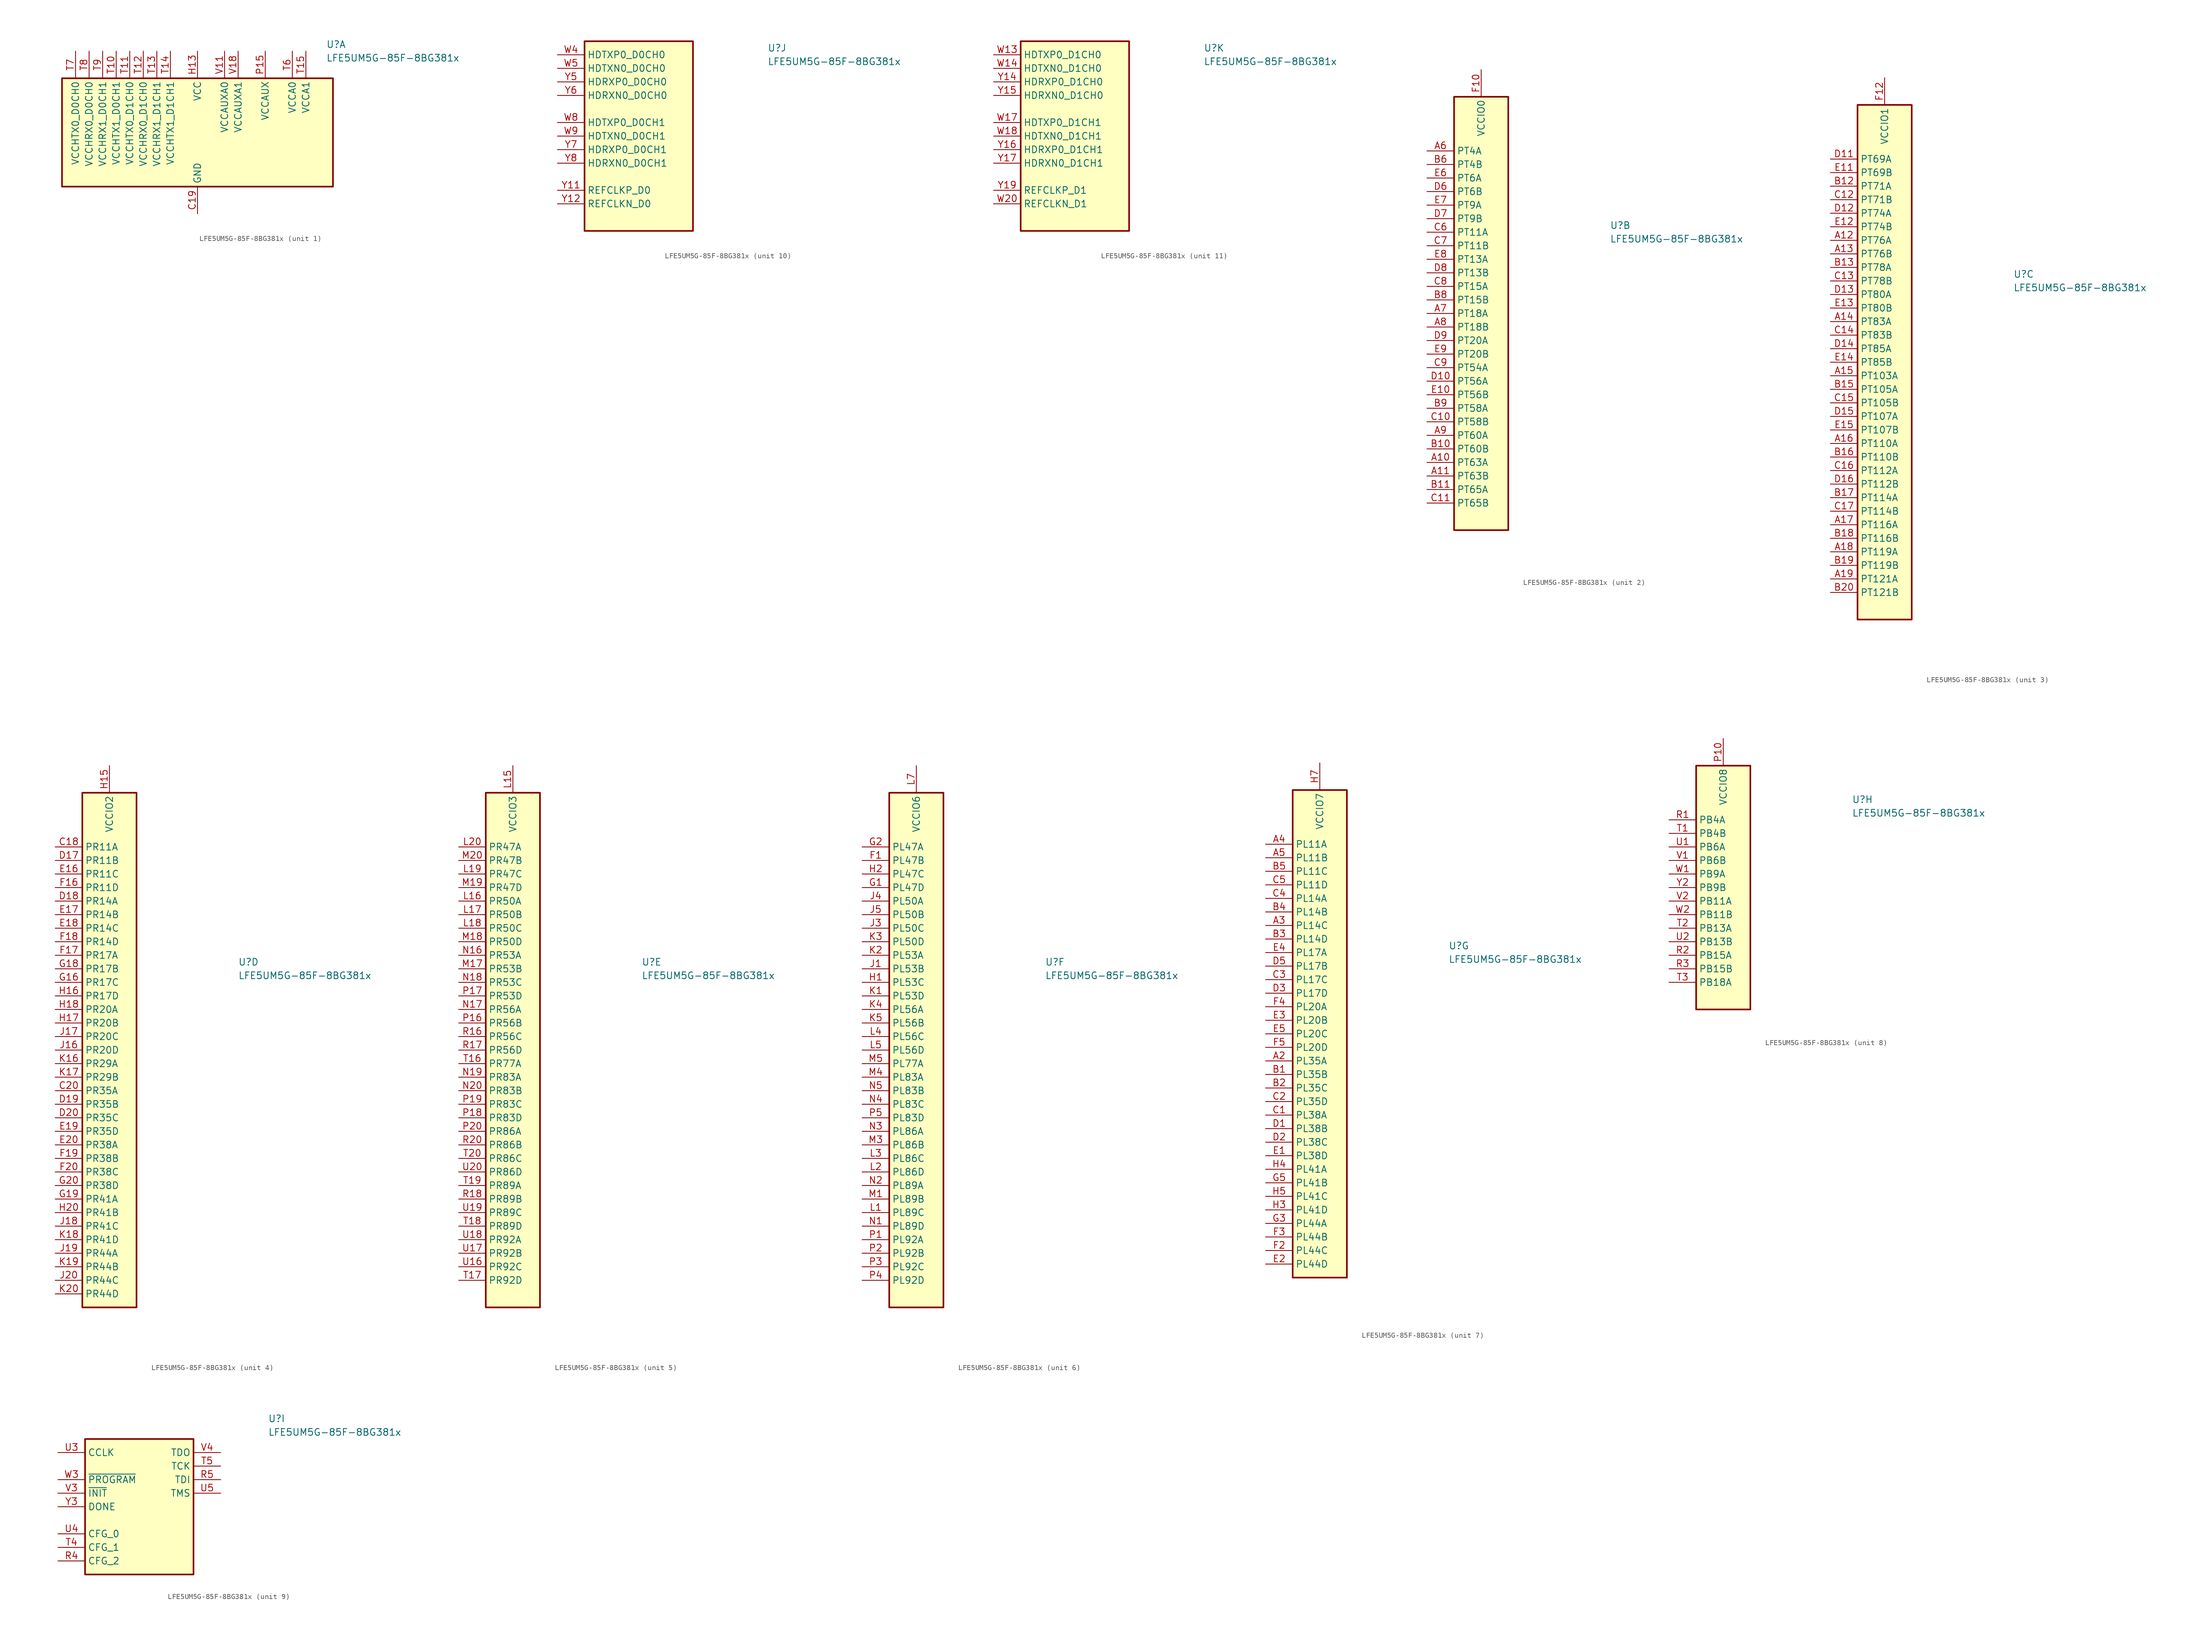
<source format=kicad_sym>
(kicad_symbol_lib
  (version 20201005)
  (generator kicad_symbol_editor)
  (symbol "LFE5UM5G-85F-8BG381x"
    (property "Reference" "U"
      (at 24.13 16.51 0)
      (effects (font (size 1.27 1.27)) (justify left)))
    (property "Value" "LFE5UM5G-85F-8BG381x"
      (at 24.13 13.97 0)
      (effects (font (size 1.27 1.27)) (justify left)))
    (property "ki_locked" ""
      (at 0 0 0)
      (effects (font (size 1.27 1.27))))
    (symbol "LFE5UM5G-85F-8BG381x_1_1"
      (rectangle (start -25.4 10.16) (end 25.4 -10.16) (stroke (width 0.305)) (fill (type background)))
      (pin passive line (at 0 -15.24 90) (length 5.08) hide (name "GND" (effects (font (size 1.27 1.27)))) (number "B14" (effects (font (size 1.27 1.27)))))
      (pin passive line (at 0 -15.24 90) (length 5.08) hide (name "GND" (effects (font (size 1.27 1.27)))) (number "B7" (effects (font (size 1.27 1.27)))))
      (pin power_in line (at 0 -15.24 90) (length 5.08) (name "GND" (effects (font (size 1.27 1.27)))) (number "C19" (effects (font (size 1.27 1.27)))))
      (pin passive line (at 0 -15.24 90) (length 5.08) hide (name "GND" (effects (font (size 1.27 1.27)))) (number "D4" (effects (font (size 1.27 1.27)))))
      (pin passive line (at 0 -15.24 90) (length 5.08) hide (name "GND" (effects (font (size 1.27 1.27)))) (number "F13" (effects (font (size 1.27 1.27)))))
      (pin passive line (at 0 -15.24 90) (length 5.08) hide (name "GND" (effects (font (size 1.27 1.27)))) (number "F14" (effects (font (size 1.27 1.27)))))
      (pin passive line (at 12.7 15.24 270) (length 5.08) hide (name "VCCAUX" (effects (font (size 1.27 1.27)))) (number "F15" (effects (font (size 1.27 1.27)))))
      (pin passive line (at 12.7 15.24 270) (length 5.08) hide (name "VCCAUX" (effects (font (size 1.27 1.27)))) (number "F6" (effects (font (size 1.27 1.27)))))
      (pin passive line (at 0 -15.24 90) (length 5.08) hide (name "GND" (effects (font (size 1.27 1.27)))) (number "F7" (effects (font (size 1.27 1.27)))))
      (pin passive line (at 0 -15.24 90) (length 5.08) hide (name "GND" (effects (font (size 1.27 1.27)))) (number "F8" (effects (font (size 1.27 1.27)))))
      (pin passive line (at 0 -15.24 90) (length 5.08) hide (name "GND" (effects (font (size 1.27 1.27)))) (number "G10" (effects (font (size 1.27 1.27)))))
      (pin passive line (at 0 -15.24 90) (length 5.08) hide (name "GND" (effects (font (size 1.27 1.27)))) (number "G11" (effects (font (size 1.27 1.27)))))
      (pin passive line (at 0 -15.24 90) (length 5.08) hide (name "GND" (effects (font (size 1.27 1.27)))) (number "G12" (effects (font (size 1.27 1.27)))))
      (pin passive line (at 0 -15.24 90) (length 5.08) hide (name "GND" (effects (font (size 1.27 1.27)))) (number "G13" (effects (font (size 1.27 1.27)))))
      (pin passive line (at 0 -15.24 90) (length 5.08) hide (name "GND" (effects (font (size 1.27 1.27)))) (number "G14" (effects (font (size 1.27 1.27)))))
      (pin passive line (at 0 -15.24 90) (length 5.08) hide (name "GND" (effects (font (size 1.27 1.27)))) (number "G15" (effects (font (size 1.27 1.27)))))
      (pin passive line (at 0 -15.24 90) (length 5.08) hide (name "GND" (effects (font (size 1.27 1.27)))) (number "G17" (effects (font (size 1.27 1.27)))))
      (pin passive line (at 0 -15.24 90) (length 5.08) hide (name "GND" (effects (font (size 1.27 1.27)))) (number "G4" (effects (font (size 1.27 1.27)))))
      (pin passive line (at 0 -15.24 90) (length 5.08) hide (name "GND" (effects (font (size 1.27 1.27)))) (number "G6" (effects (font (size 1.27 1.27)))))
      (pin passive line (at 0 -15.24 90) (length 5.08) hide (name "GND" (effects (font (size 1.27 1.27)))) (number "G7" (effects (font (size 1.27 1.27)))))
      (pin passive line (at 0 -15.24 90) (length 5.08) hide (name "GND" (effects (font (size 1.27 1.27)))) (number "G8" (effects (font (size 1.27 1.27)))))
      (pin passive line (at 0 -15.24 90) (length 5.08) hide (name "GND" (effects (font (size 1.27 1.27)))) (number "G9" (effects (font (size 1.27 1.27)))))
      (pin passive line (at 0 15.24 270) (length 5.08) hide (name "VCC" (effects (font (size 1.27 1.27)))) (number "H10" (effects (font (size 1.27 1.27)))))
      (pin passive line (at 0 15.24 270) (length 5.08) hide (name "VCC" (effects (font (size 1.27 1.27)))) (number "H11" (effects (font (size 1.27 1.27)))))
      (pin passive line (at 0 15.24 270) (length 5.08) hide (name "VCC" (effects (font (size 1.27 1.27)))) (number "H12" (effects (font (size 1.27 1.27)))))
      (pin power_in line (at 0 15.24 270) (length 5.08) (name "VCC" (effects (font (size 1.27 1.27)))) (number "H13" (effects (font (size 1.27 1.27)))))
      (pin passive line (at 0 -15.24 90) (length 5.08) hide (name "GND" (effects (font (size 1.27 1.27)))) (number "H19" (effects (font (size 1.27 1.27)))))
      (pin passive line (at 0 15.24 270) (length 5.08) hide (name "VCC" (effects (font (size 1.27 1.27)))) (number "H8" (effects (font (size 1.27 1.27)))))
      (pin passive line (at 0 15.24 270) (length 5.08) hide (name "VCC" (effects (font (size 1.27 1.27)))) (number "H9" (effects (font (size 1.27 1.27)))))
      (pin passive line (at 0 -15.24 90) (length 5.08) hide (name "GND" (effects (font (size 1.27 1.27)))) (number "J10" (effects (font (size 1.27 1.27)))))
      (pin passive line (at 0 -15.24 90) (length 5.08) hide (name "GND" (effects (font (size 1.27 1.27)))) (number "J11" (effects (font (size 1.27 1.27)))))
      (pin passive line (at 0 -15.24 90) (length 5.08) hide (name "GND" (effects (font (size 1.27 1.27)))) (number "J12" (effects (font (size 1.27 1.27)))))
      (pin passive line (at 0 15.24 270) (length 5.08) hide (name "VCC" (effects (font (size 1.27 1.27)))) (number "J13" (effects (font (size 1.27 1.27)))))
      (pin passive line (at 0 -15.24 90) (length 5.08) hide (name "GND" (effects (font (size 1.27 1.27)))) (number "J14" (effects (font (size 1.27 1.27)))))
      (pin passive line (at 0 -15.24 90) (length 5.08) hide (name "GND" (effects (font (size 1.27 1.27)))) (number "J2" (effects (font (size 1.27 1.27)))))
      (pin passive line (at 0 -15.24 90) (length 5.08) hide (name "GND" (effects (font (size 1.27 1.27)))) (number "J7" (effects (font (size 1.27 1.27)))))
      (pin passive line (at 0 15.24 270) (length 5.08) hide (name "VCC" (effects (font (size 1.27 1.27)))) (number "J8" (effects (font (size 1.27 1.27)))))
      (pin passive line (at 0 -15.24 90) (length 5.08) hide (name "GND" (effects (font (size 1.27 1.27)))) (number "J9" (effects (font (size 1.27 1.27)))))
      (pin passive line (at 0 -15.24 90) (length 5.08) hide (name "GND" (effects (font (size 1.27 1.27)))) (number "K10" (effects (font (size 1.27 1.27)))))
      (pin passive line (at 0 -15.24 90) (length 5.08) hide (name "GND" (effects (font (size 1.27 1.27)))) (number "K11" (effects (font (size 1.27 1.27)))))
      (pin passive line (at 0 -15.24 90) (length 5.08) hide (name "GND" (effects (font (size 1.27 1.27)))) (number "K12" (effects (font (size 1.27 1.27)))))
      (pin passive line (at 0 15.24 270) (length 5.08) hide (name "VCC" (effects (font (size 1.27 1.27)))) (number "K13" (effects (font (size 1.27 1.27)))))
      (pin passive line (at 0 -15.24 90) (length 5.08) hide (name "GND" (effects (font (size 1.27 1.27)))) (number "K14" (effects (font (size 1.27 1.27)))))
      (pin passive line (at 0 -15.24 90) (length 5.08) hide (name "GND" (effects (font (size 1.27 1.27)))) (number "K15" (effects (font (size 1.27 1.27)))))
      (pin passive line (at 0 -15.24 90) (length 5.08) hide (name "GND" (effects (font (size 1.27 1.27)))) (number "K6" (effects (font (size 1.27 1.27)))))
      (pin passive line (at 0 -15.24 90) (length 5.08) hide (name "GND" (effects (font (size 1.27 1.27)))) (number "K7" (effects (font (size 1.27 1.27)))))
      (pin passive line (at 0 15.24 270) (length 5.08) hide (name "VCC" (effects (font (size 1.27 1.27)))) (number "K8" (effects (font (size 1.27 1.27)))))
      (pin passive line (at 0 -15.24 90) (length 5.08) hide (name "GND" (effects (font (size 1.27 1.27)))) (number "K9" (effects (font (size 1.27 1.27)))))
      (pin passive line (at 0 -15.24 90) (length 5.08) hide (name "GND" (effects (font (size 1.27 1.27)))) (number "L10" (effects (font (size 1.27 1.27)))))
      (pin passive line (at 0 -15.24 90) (length 5.08) hide (name "GND" (effects (font (size 1.27 1.27)))) (number "L11" (effects (font (size 1.27 1.27)))))
      (pin passive line (at 0 -15.24 90) (length 5.08) hide (name "GND" (effects (font (size 1.27 1.27)))) (number "L12" (effects (font (size 1.27 1.27)))))
      (pin passive line (at 0 15.24 270) (length 5.08) hide (name "VCC" (effects (font (size 1.27 1.27)))) (number "L13" (effects (font (size 1.27 1.27)))))
      (pin passive line (at 0 15.24 270) (length 5.08) hide (name "VCC" (effects (font (size 1.27 1.27)))) (number "L8" (effects (font (size 1.27 1.27)))))
      (pin passive line (at 0 -15.24 90) (length 5.08) hide (name "GND" (effects (font (size 1.27 1.27)))) (number "L9" (effects (font (size 1.27 1.27)))))
      (pin passive line (at 0 -15.24 90) (length 5.08) hide (name "GND" (effects (font (size 1.27 1.27)))) (number "M10" (effects (font (size 1.27 1.27)))))
      (pin passive line (at 0 -15.24 90) (length 5.08) hide (name "GND" (effects (font (size 1.27 1.27)))) (number "M11" (effects (font (size 1.27 1.27)))))
      (pin passive line (at 0 -15.24 90) (length 5.08) hide (name "GND" (effects (font (size 1.27 1.27)))) (number "M12" (effects (font (size 1.27 1.27)))))
      (pin passive line (at 0 15.24 270) (length 5.08) hide (name "VCC" (effects (font (size 1.27 1.27)))) (number "M13" (effects (font (size 1.27 1.27)))))
      (pin passive line (at 0 -15.24 90) (length 5.08) hide (name "GND" (effects (font (size 1.27 1.27)))) (number "M14" (effects (font (size 1.27 1.27)))))
      (pin passive line (at 0 -15.24 90) (length 5.08) hide (name "GND" (effects (font (size 1.27 1.27)))) (number "M16" (effects (font (size 1.27 1.27)))))
      (pin passive line (at 0 -15.24 90) (length 5.08) hide (name "GND" (effects (font (size 1.27 1.27)))) (number "M2" (effects (font (size 1.27 1.27)))))
      (pin passive line (at 0 -15.24 90) (length 5.08) hide (name "GND" (effects (font (size 1.27 1.27)))) (number "M7" (effects (font (size 1.27 1.27)))))
      (pin passive line (at 0 15.24 270) (length 5.08) hide (name "VCC" (effects (font (size 1.27 1.27)))) (number "M8" (effects (font (size 1.27 1.27)))))
      (pin passive line (at 0 -15.24 90) (length 5.08) hide (name "GND" (effects (font (size 1.27 1.27)))) (number "M9" (effects (font (size 1.27 1.27)))))
      (pin passive line (at 0 15.24 270) (length 5.08) hide (name "VCC" (effects (font (size 1.27 1.27)))) (number "N10" (effects (font (size 1.27 1.27)))))
      (pin passive line (at 0 15.24 270) (length 5.08) hide (name "VCC" (effects (font (size 1.27 1.27)))) (number "N11" (effects (font (size 1.27 1.27)))))
      (pin passive line (at 0 15.24 270) (length 5.08) hide (name "VCC" (effects (font (size 1.27 1.27)))) (number "N12" (effects (font (size 1.27 1.27)))))
      (pin passive line (at 0 15.24 270) (length 5.08) hide (name "VCC" (effects (font (size 1.27 1.27)))) (number "N13" (effects (font (size 1.27 1.27)))))
      (pin passive line (at 0 -15.24 90) (length 5.08) hide (name "GND" (effects (font (size 1.27 1.27)))) (number "N14" (effects (font (size 1.27 1.27)))))
      (pin passive line (at 0 -15.24 90) (length 5.08) hide (name "GND" (effects (font (size 1.27 1.27)))) (number "N15" (effects (font (size 1.27 1.27)))))
      (pin passive line (at 0 -15.24 90) (length 5.08) hide (name "GND" (effects (font (size 1.27 1.27)))) (number "N6" (effects (font (size 1.27 1.27)))))
      (pin passive line (at 0 -15.24 90) (length 5.08) hide (name "GND" (effects (font (size 1.27 1.27)))) (number "N7" (effects (font (size 1.27 1.27)))))
      (pin passive line (at 0 15.24 270) (length 5.08) hide (name "VCC" (effects (font (size 1.27 1.27)))) (number "N8" (effects (font (size 1.27 1.27)))))
      (pin passive line (at 0 15.24 270) (length 5.08) hide (name "VCC" (effects (font (size 1.27 1.27)))) (number "N9" (effects (font (size 1.27 1.27)))))
      (pin passive line (at 0 -15.24 90) (length 5.08) hide (name "GND" (effects (font (size 1.27 1.27)))) (number "P11" (effects (font (size 1.27 1.27)))))
      (pin passive line (at 0 -15.24 90) (length 5.08) hide (name "GND" (effects (font (size 1.27 1.27)))) (number "P12" (effects (font (size 1.27 1.27)))))
      (pin passive line (at 0 -15.24 90) (length 5.08) hide (name "GND" (effects (font (size 1.27 1.27)))) (number "P13" (effects (font (size 1.27 1.27)))))
      (pin passive line (at 0 -15.24 90) (length 5.08) hide (name "GND" (effects (font (size 1.27 1.27)))) (number "P14" (effects (font (size 1.27 1.27)))))
      (pin power_in line (at 12.7 15.24 270) (length 5.08) (name "VCCAUX" (effects (font (size 1.27 1.27)))) (number "P15" (effects (font (size 1.27 1.27)))))
      (pin passive line (at 12.7 15.24 270) (length 5.08) hide (name "VCCAUX" (effects (font (size 1.27 1.27)))) (number "P6" (effects (font (size 1.27 1.27)))))
      (pin passive line (at 0 -15.24 90) (length 5.08) hide (name "GND" (effects (font (size 1.27 1.27)))) (number "P7" (effects (font (size 1.27 1.27)))))
      (pin passive line (at 0 -15.24 90) (length 5.08) hide (name "GND" (effects (font (size 1.27 1.27)))) (number "P8" (effects (font (size 1.27 1.27)))))
      (pin passive line (at 0 -15.24 90) (length 5.08) hide (name "GND" (effects (font (size 1.27 1.27)))) (number "R19" (effects (font (size 1.27 1.27)))))
      (pin power_in line (at -15.24 15.24 270) (length 5.08) (name "VCCHTX1_D0CH1" (effects (font (size 1.27 1.27)))) (number "T10" (effects (font (size 1.27 1.27)))))
      (pin power_in line (at -12.7 15.24 270) (length 5.08) (name "VCCHTX0_D1CH0" (effects (font (size 1.27 1.27)))) (number "T11" (effects (font (size 1.27 1.27)))))
      (pin power_in line (at -10.16 15.24 270) (length 5.08) (name "VCCHRX0_D1CH0" (effects (font (size 1.27 1.27)))) (number "T12" (effects (font (size 1.27 1.27)))))
      (pin power_in line (at -7.62 15.24 270) (length 5.08) (name "VCCHRX1_D1CH1" (effects (font (size 1.27 1.27)))) (number "T13" (effects (font (size 1.27 1.27)))))
      (pin power_in line (at -5.08 15.24 270) (length 5.08) (name "VCCHTX1_D1CH1" (effects (font (size 1.27 1.27)))) (number "T14" (effects (font (size 1.27 1.27)))))
      (pin power_in line (at 20.32 15.24 270) (length 5.08) (name "VCCA1" (effects (font (size 1.27 1.27)))) (number "T15" (effects (font (size 1.27 1.27)))))
      (pin power_in line (at 17.78 15.24 270) (length 5.08) (name "VCCA0" (effects (font (size 1.27 1.27)))) (number "T6" (effects (font (size 1.27 1.27)))))
      (pin power_in line (at -22.86 15.24 270) (length 5.08) (name "VCCHTX0_D0CH0" (effects (font (size 1.27 1.27)))) (number "T7" (effects (font (size 1.27 1.27)))))
      (pin power_in line (at -20.32 15.24 270) (length 5.08) (name "VCCHRX0_D0CH0" (effects (font (size 1.27 1.27)))) (number "T8" (effects (font (size 1.27 1.27)))))
      (pin power_in line (at -17.78 15.24 270) (length 5.08) (name "VCCHRX1_D0CH1" (effects (font (size 1.27 1.27)))) (number "T9" (effects (font (size 1.27 1.27)))))
      (pin passive line (at 0 -15.24 90) (length 5.08) hide (name "GND" (effects (font (size 1.27 1.27)))) (number "U10" (effects (font (size 1.27 1.27)))))
      (pin passive line (at 0 -15.24 90) (length 5.08) hide (name "GND" (effects (font (size 1.27 1.27)))) (number "U11" (effects (font (size 1.27 1.27)))))
      (pin passive line (at 0 -15.24 90) (length 5.08) hide (name "GND" (effects (font (size 1.27 1.27)))) (number "U12" (effects (font (size 1.27 1.27)))))
      (pin passive line (at 0 -15.24 90) (length 5.08) hide (name "GND" (effects (font (size 1.27 1.27)))) (number "U13" (effects (font (size 1.27 1.27)))))
      (pin passive line (at 0 -15.24 90) (length 5.08) hide (name "GND" (effects (font (size 1.27 1.27)))) (number "U14" (effects (font (size 1.27 1.27)))))
      (pin passive line (at 20.32 15.24 270) (length 5.08) hide (name "VCCA1" (effects (font (size 1.27 1.27)))) (number "U15" (effects (font (size 1.27 1.27)))))
      (pin passive line (at 17.78 15.24 270) (length 5.08) hide (name "VCCA0" (effects (font (size 1.27 1.27)))) (number "U6" (effects (font (size 1.27 1.27)))))
      (pin passive line (at 0 -15.24 90) (length 5.08) hide (name "GND" (effects (font (size 1.27 1.27)))) (number "U7" (effects (font (size 1.27 1.27)))))
      (pin passive line (at 0 -15.24 90) (length 5.08) hide (name "GND" (effects (font (size 1.27 1.27)))) (number "U8" (effects (font (size 1.27 1.27)))))
      (pin passive line (at 0 -15.24 90) (length 5.08) hide (name "GND" (effects (font (size 1.27 1.27)))) (number "U9" (effects (font (size 1.27 1.27)))))
      (pin passive line (at 5.08 15.24 270) (length 5.08) hide (name "VCCAUXA0" (effects (font (size 1.27 1.27)))) (number "V10" (effects (font (size 1.27 1.27)))))
      (pin power_in line (at 5.08 15.24 270) (length 5.08) (name "VCCAUXA0" (effects (font (size 1.27 1.27)))) (number "V11" (effects (font (size 1.27 1.27)))))
      (pin passive line (at 0 -15.24 90) (length 5.08) hide (name "GND" (effects (font (size 1.27 1.27)))) (number "V12" (effects (font (size 1.27 1.27)))))
      (pin passive line (at 0 -15.24 90) (length 5.08) hide (name "GND" (effects (font (size 1.27 1.27)))) (number "V13" (effects (font (size 1.27 1.27)))))
      (pin passive line (at 0 -15.24 90) (length 5.08) hide (name "GND" (effects (font (size 1.27 1.27)))) (number "V14" (effects (font (size 1.27 1.27)))))
      (pin passive line (at 0 -15.24 90) (length 5.08) hide (name "GND" (effects (font (size 1.27 1.27)))) (number "V15" (effects (font (size 1.27 1.27)))))
      (pin passive line (at 0 -15.24 90) (length 5.08) hide (name "GND" (effects (font (size 1.27 1.27)))) (number "V16" (effects (font (size 1.27 1.27)))))
      (pin passive line (at 7.62 15.24 270) (length 5.08) hide (name "VCCAUXA1" (effects (font (size 1.27 1.27)))) (number "V17" (effects (font (size 1.27 1.27)))))
      (pin power_in line (at 7.62 15.24 270) (length 5.08) (name "VCCAUXA1" (effects (font (size 1.27 1.27)))) (number "V18" (effects (font (size 1.27 1.27)))))
      (pin passive line (at 0 -15.24 90) (length 5.08) hide (name "GND" (effects (font (size 1.27 1.27)))) (number "V19" (effects (font (size 1.27 1.27)))))
      (pin passive line (at 0 -15.24 90) (length 5.08) hide (name "GND" (effects (font (size 1.27 1.27)))) (number "V20" (effects (font (size 1.27 1.27)))))
      (pin passive line (at 0 -15.24 90) (length 5.08) hide (name "GND" (effects (font (size 1.27 1.27)))) (number "V5" (effects (font (size 1.27 1.27)))))
      (pin passive line (at 0 -15.24 90) (length 5.08) hide (name "GND" (effects (font (size 1.27 1.27)))) (number "V6" (effects (font (size 1.27 1.27)))))
      (pin passive line (at 0 -15.24 90) (length 5.08) hide (name "GND" (effects (font (size 1.27 1.27)))) (number "V7" (effects (font (size 1.27 1.27)))))
      (pin passive line (at 0 -15.24 90) (length 5.08) hide (name "GND" (effects (font (size 1.27 1.27)))) (number "V8" (effects (font (size 1.27 1.27)))))
      (pin passive line (at 0 -15.24 90) (length 5.08) hide (name "GND" (effects (font (size 1.27 1.27)))) (number "V9" (effects (font (size 1.27 1.27)))))
      (pin passive line (at 0 -15.24 90) (length 5.08) hide (name "GND" (effects (font (size 1.27 1.27)))) (number "W12" (effects (font (size 1.27 1.27)))))
      (pin passive line (at 0 -15.24 90) (length 5.08) hide (name "GND" (effects (font (size 1.27 1.27)))) (number "W15" (effects (font (size 1.27 1.27)))))
      (pin passive line (at 0 -15.24 90) (length 5.08) hide (name "GND" (effects (font (size 1.27 1.27)))) (number "W16" (effects (font (size 1.27 1.27)))))
      (pin passive line (at 0 -15.24 90) (length 5.08) hide (name "GND" (effects (font (size 1.27 1.27)))) (number "W19" (effects (font (size 1.27 1.27)))))
      (pin passive line (at 0 -15.24 90) (length 5.08) hide (name "GND" (effects (font (size 1.27 1.27)))) (number "W6" (effects (font (size 1.27 1.27)))))
      (pin passive line (at 0 -15.24 90) (length 5.08) hide (name "GND" (effects (font (size 1.27 1.27)))) (number "W7" (effects (font (size 1.27 1.27))))))
    (symbol "LFE5UM5G-85F-8BG381x_2_1"
      (rectangle (start -5.08 40.64) (end 5.08 -40.64) (stroke (width 0.305)) (fill (type background)))
      (pin bidirectional line (at -10.16 -27.94 0) (length 5.08) (name "PT63A" (effects (font (size 1.27 1.27)))) (number "A10" (effects (font (size 1.27 1.27)))))
      (pin bidirectional line (at -10.16 -30.48 0) (length 5.08) (name "PT63B" (effects (font (size 1.27 1.27)))) (number "A11" (effects (font (size 1.27 1.27)))))
      (pin bidirectional line (at -10.16 30.48 0) (length 5.08) (name "PT4A" (effects (font (size 1.27 1.27)))) (number "A6" (effects (font (size 1.27 1.27)))))
      (pin bidirectional line (at -10.16 0 0) (length 5.08) (name "PT18A" (effects (font (size 1.27 1.27)))) (number "A7" (effects (font (size 1.27 1.27)))))
      (pin bidirectional line (at -10.16 -2.54 0) (length 5.08) (name "PT18B" (effects (font (size 1.27 1.27)))) (number "A8" (effects (font (size 1.27 1.27)))))
      (pin bidirectional line (at -10.16 -22.86 0) (length 5.08) (name "PT60A" (effects (font (size 1.27 1.27)))) (number "A9" (effects (font (size 1.27 1.27)))))
      (pin bidirectional line (at -10.16 -25.4 0) (length 5.08) (name "PT60B" (effects (font (size 1.27 1.27)))) (number "B10" (effects (font (size 1.27 1.27)))))
      (pin bidirectional line (at -10.16 -33.02 0) (length 5.08) (name "PT65A" (effects (font (size 1.27 1.27)))) (number "B11" (effects (font (size 1.27 1.27)))))
      (pin bidirectional line (at -10.16 27.94 0) (length 5.08) (name "PT4B" (effects (font (size 1.27 1.27)))) (number "B6" (effects (font (size 1.27 1.27)))))
      (pin bidirectional line (at -10.16 2.54 0) (length 5.08) (name "PT15B" (effects (font (size 1.27 1.27)))) (number "B8" (effects (font (size 1.27 1.27)))))
      (pin bidirectional line (at -10.16 -17.78 0) (length 5.08) (name "PT58A" (effects (font (size 1.27 1.27)))) (number "B9" (effects (font (size 1.27 1.27)))))
      (pin bidirectional line (at -10.16 -20.32 0) (length 5.08) (name "PT58B" (effects (font (size 1.27 1.27)))) (number "C10" (effects (font (size 1.27 1.27)))))
      (pin bidirectional line (at -10.16 -35.56 0) (length 5.08) (name "PT65B" (effects (font (size 1.27 1.27)))) (number "C11" (effects (font (size 1.27 1.27)))))
      (pin bidirectional line (at -10.16 15.24 0) (length 5.08) (name "PT11A" (effects (font (size 1.27 1.27)))) (number "C6" (effects (font (size 1.27 1.27)))))
      (pin bidirectional line (at -10.16 12.7 0) (length 5.08) (name "PT11B" (effects (font (size 1.27 1.27)))) (number "C7" (effects (font (size 1.27 1.27)))))
      (pin bidirectional line (at -10.16 5.08 0) (length 5.08) (name "PT15A" (effects (font (size 1.27 1.27)))) (number "C8" (effects (font (size 1.27 1.27)))))
      (pin bidirectional line (at -10.16 -10.16 0) (length 5.08) (name "PT54A" (effects (font (size 1.27 1.27)))) (number "C9" (effects (font (size 1.27 1.27)))))
      (pin bidirectional line (at -10.16 -12.7 0) (length 5.08) (name "PT56A" (effects (font (size 1.27 1.27)))) (number "D10" (effects (font (size 1.27 1.27)))))
      (pin bidirectional line (at -10.16 22.86 0) (length 5.08) (name "PT6B" (effects (font (size 1.27 1.27)))) (number "D6" (effects (font (size 1.27 1.27)))))
      (pin bidirectional line (at -10.16 17.78 0) (length 5.08) (name "PT9B" (effects (font (size 1.27 1.27)))) (number "D7" (effects (font (size 1.27 1.27)))))
      (pin bidirectional line (at -10.16 7.62 0) (length 5.08) (name "PT13B" (effects (font (size 1.27 1.27)))) (number "D8" (effects (font (size 1.27 1.27)))))
      (pin bidirectional line (at -10.16 -5.08 0) (length 5.08) (name "PT20A" (effects (font (size 1.27 1.27)))) (number "D9" (effects (font (size 1.27 1.27)))))
      (pin bidirectional line (at -10.16 -15.24 0) (length 5.08) (name "PT56B" (effects (font (size 1.27 1.27)))) (number "E10" (effects (font (size 1.27 1.27)))))
      (pin bidirectional line (at -10.16 25.4 0) (length 5.08) (name "PT6A" (effects (font (size 1.27 1.27)))) (number "E6" (effects (font (size 1.27 1.27)))))
      (pin bidirectional line (at -10.16 20.32 0) (length 5.08) (name "PT9A" (effects (font (size 1.27 1.27)))) (number "E7" (effects (font (size 1.27 1.27)))))
      (pin bidirectional line (at -10.16 10.16 0) (length 5.08) (name "PT13A" (effects (font (size 1.27 1.27)))) (number "E8" (effects (font (size 1.27 1.27)))))
      (pin bidirectional line (at -10.16 -7.62 0) (length 5.08) (name "PT20B" (effects (font (size 1.27 1.27)))) (number "E9" (effects (font (size 1.27 1.27)))))
      (pin power_in line (at 0 45.72 270) (length 5.08) (name "VCCIO0" (effects (font (size 1.27 1.27)))) (number "F10" (effects (font (size 1.27 1.27)))))
      (pin passive line (at 0 45.72 270) (length 5.08) hide (name "VCCIO0" (effects (font (size 1.27 1.27)))) (number "F9" (effects (font (size 1.27 1.27))))))
    (symbol "LFE5UM5G-85F-8BG381x_3_1"
      (rectangle (start -5.08 48.26) (end 5.08 -48.26) (stroke (width 0.305)) (fill (type background)))
      (pin bidirectional line (at -10.16 22.86 0) (length 5.08) (name "PT76A" (effects (font (size 1.27 1.27)))) (number "A12" (effects (font (size 1.27 1.27)))))
      (pin bidirectional line (at -10.16 20.32 0) (length 5.08) (name "PT76B" (effects (font (size 1.27 1.27)))) (number "A13" (effects (font (size 1.27 1.27)))))
      (pin bidirectional line (at -10.16 7.62 0) (length 5.08) (name "PT83A" (effects (font (size 1.27 1.27)))) (number "A14" (effects (font (size 1.27 1.27)))))
      (pin bidirectional line (at -10.16 -2.54 0) (length 5.08) (name "PT103A" (effects (font (size 1.27 1.27)))) (number "A15" (effects (font (size 1.27 1.27)))))
      (pin bidirectional line (at -10.16 -15.24 0) (length 5.08) (name "PT110A" (effects (font (size 1.27 1.27)))) (number "A16" (effects (font (size 1.27 1.27)))))
      (pin bidirectional line (at -10.16 -30.48 0) (length 5.08) (name "PT116A" (effects (font (size 1.27 1.27)))) (number "A17" (effects (font (size 1.27 1.27)))))
      (pin bidirectional line (at -10.16 -35.56 0) (length 5.08) (name "PT119A" (effects (font (size 1.27 1.27)))) (number "A18" (effects (font (size 1.27 1.27)))))
      (pin bidirectional line (at -10.16 -40.64 0) (length 5.08) (name "PT121A" (effects (font (size 1.27 1.27)))) (number "A19" (effects (font (size 1.27 1.27)))))
      (pin bidirectional line (at -10.16 33.02 0) (length 5.08) (name "PT71A" (effects (font (size 1.27 1.27)))) (number "B12" (effects (font (size 1.27 1.27)))))
      (pin bidirectional line (at -10.16 17.78 0) (length 5.08) (name "PT78A" (effects (font (size 1.27 1.27)))) (number "B13" (effects (font (size 1.27 1.27)))))
      (pin bidirectional line (at -10.16 -5.08 0) (length 5.08) (name "PT105A" (effects (font (size 1.27 1.27)))) (number "B15" (effects (font (size 1.27 1.27)))))
      (pin bidirectional line (at -10.16 -17.78 0) (length 5.08) (name "PT110B" (effects (font (size 1.27 1.27)))) (number "B16" (effects (font (size 1.27 1.27)))))
      (pin bidirectional line (at -10.16 -25.4 0) (length 5.08) (name "PT114A" (effects (font (size 1.27 1.27)))) (number "B17" (effects (font (size 1.27 1.27)))))
      (pin bidirectional line (at -10.16 -33.02 0) (length 5.08) (name "PT116B" (effects (font (size 1.27 1.27)))) (number "B18" (effects (font (size 1.27 1.27)))))
      (pin bidirectional line (at -10.16 -38.1 0) (length 5.08) (name "PT119B" (effects (font (size 1.27 1.27)))) (number "B19" (effects (font (size 1.27 1.27)))))
      (pin bidirectional line (at -10.16 -43.18 0) (length 5.08) (name "PT121B" (effects (font (size 1.27 1.27)))) (number "B20" (effects (font (size 1.27 1.27)))))
      (pin bidirectional line (at -10.16 30.48 0) (length 5.08) (name "PT71B" (effects (font (size 1.27 1.27)))) (number "C12" (effects (font (size 1.27 1.27)))))
      (pin bidirectional line (at -10.16 15.24 0) (length 5.08) (name "PT78B" (effects (font (size 1.27 1.27)))) (number "C13" (effects (font (size 1.27 1.27)))))
      (pin bidirectional line (at -10.16 5.08 0) (length 5.08) (name "PT83B" (effects (font (size 1.27 1.27)))) (number "C14" (effects (font (size 1.27 1.27)))))
      (pin bidirectional line (at -10.16 -7.62 0) (length 5.08) (name "PT105B" (effects (font (size 1.27 1.27)))) (number "C15" (effects (font (size 1.27 1.27)))))
      (pin bidirectional line (at -10.16 -20.32 0) (length 5.08) (name "PT112A" (effects (font (size 1.27 1.27)))) (number "C16" (effects (font (size 1.27 1.27)))))
      (pin bidirectional line (at -10.16 -27.94 0) (length 5.08) (name "PT114B" (effects (font (size 1.27 1.27)))) (number "C17" (effects (font (size 1.27 1.27)))))
      (pin bidirectional line (at -10.16 38.1 0) (length 5.08) (name "PT69A" (effects (font (size 1.27 1.27)))) (number "D11" (effects (font (size 1.27 1.27)))))
      (pin bidirectional line (at -10.16 27.94 0) (length 5.08) (name "PT74A" (effects (font (size 1.27 1.27)))) (number "D12" (effects (font (size 1.27 1.27)))))
      (pin bidirectional line (at -10.16 12.7 0) (length 5.08) (name "PT80A" (effects (font (size 1.27 1.27)))) (number "D13" (effects (font (size 1.27 1.27)))))
      (pin bidirectional line (at -10.16 2.54 0) (length 5.08) (name "PT85A" (effects (font (size 1.27 1.27)))) (number "D14" (effects (font (size 1.27 1.27)))))
      (pin bidirectional line (at -10.16 -10.16 0) (length 5.08) (name "PT107A" (effects (font (size 1.27 1.27)))) (number "D15" (effects (font (size 1.27 1.27)))))
      (pin bidirectional line (at -10.16 -22.86 0) (length 5.08) (name "PT112B" (effects (font (size 1.27 1.27)))) (number "D16" (effects (font (size 1.27 1.27)))))
      (pin bidirectional line (at -10.16 35.56 0) (length 5.08) (name "PT69B" (effects (font (size 1.27 1.27)))) (number "E11" (effects (font (size 1.27 1.27)))))
      (pin bidirectional line (at -10.16 25.4 0) (length 5.08) (name "PT74B" (effects (font (size 1.27 1.27)))) (number "E12" (effects (font (size 1.27 1.27)))))
      (pin bidirectional line (at -10.16 10.16 0) (length 5.08) (name "PT80B" (effects (font (size 1.27 1.27)))) (number "E13" (effects (font (size 1.27 1.27)))))
      (pin bidirectional line (at -10.16 0 0) (length 5.08) (name "PT85B" (effects (font (size 1.27 1.27)))) (number "E14" (effects (font (size 1.27 1.27)))))
      (pin bidirectional line (at -10.16 -12.7 0) (length 5.08) (name "PT107B" (effects (font (size 1.27 1.27)))) (number "E15" (effects (font (size 1.27 1.27)))))
      (pin passive line (at 0 53.34 270) (length 5.08) hide (name "VCCIO1" (effects (font (size 1.27 1.27)))) (number "F11" (effects (font (size 1.27 1.27)))))
      (pin power_in line (at 0 53.34 270) (length 5.08) (name "VCCIO1" (effects (font (size 1.27 1.27)))) (number "F12" (effects (font (size 1.27 1.27))))))
    (symbol "LFE5UM5G-85F-8BG381x_4_1"
      (rectangle (start -5.08 48.26) (end 5.08 -48.26) (stroke (width 0.305)) (fill (type background)))
      (pin bidirectional line (at -10.16 38.1 0) (length 5.08) (name "PR11A" (effects (font (size 1.27 1.27)))) (number "C18" (effects (font (size 1.27 1.27)))))
      (pin bidirectional line (at -10.16 -7.62 0) (length 5.08) (name "PR35A" (effects (font (size 1.27 1.27)))) (number "C20" (effects (font (size 1.27 1.27)))))
      (pin bidirectional line (at -10.16 35.56 0) (length 5.08) (name "PR11B" (effects (font (size 1.27 1.27)))) (number "D17" (effects (font (size 1.27 1.27)))))
      (pin bidirectional line (at -10.16 27.94 0) (length 5.08) (name "PR14A" (effects (font (size 1.27 1.27)))) (number "D18" (effects (font (size 1.27 1.27)))))
      (pin bidirectional line (at -10.16 -10.16 0) (length 5.08) (name "PR35B" (effects (font (size 1.27 1.27)))) (number "D19" (effects (font (size 1.27 1.27)))))
      (pin bidirectional line (at -10.16 -12.7 0) (length 5.08) (name "PR35C" (effects (font (size 1.27 1.27)))) (number "D20" (effects (font (size 1.27 1.27)))))
      (pin bidirectional line (at -10.16 33.02 0) (length 5.08) (name "PR11C" (effects (font (size 1.27 1.27)))) (number "E16" (effects (font (size 1.27 1.27)))))
      (pin bidirectional line (at -10.16 25.4 0) (length 5.08) (name "PR14B" (effects (font (size 1.27 1.27)))) (number "E17" (effects (font (size 1.27 1.27)))))
      (pin bidirectional line (at -10.16 22.86 0) (length 5.08) (name "PR14C" (effects (font (size 1.27 1.27)))) (number "E18" (effects (font (size 1.27 1.27)))))
      (pin bidirectional line (at -10.16 -15.24 0) (length 5.08) (name "PR35D" (effects (font (size 1.27 1.27)))) (number "E19" (effects (font (size 1.27 1.27)))))
      (pin bidirectional line (at -10.16 -17.78 0) (length 5.08) (name "PR38A" (effects (font (size 1.27 1.27)))) (number "E20" (effects (font (size 1.27 1.27)))))
      (pin bidirectional line (at -10.16 30.48 0) (length 5.08) (name "PR11D" (effects (font (size 1.27 1.27)))) (number "F16" (effects (font (size 1.27 1.27)))))
      (pin bidirectional line (at -10.16 17.78 0) (length 5.08) (name "PR17A" (effects (font (size 1.27 1.27)))) (number "F17" (effects (font (size 1.27 1.27)))))
      (pin bidirectional line (at -10.16 20.32 0) (length 5.08) (name "PR14D" (effects (font (size 1.27 1.27)))) (number "F18" (effects (font (size 1.27 1.27)))))
      (pin bidirectional line (at -10.16 -20.32 0) (length 5.08) (name "PR38B" (effects (font (size 1.27 1.27)))) (number "F19" (effects (font (size 1.27 1.27)))))
      (pin bidirectional line (at -10.16 -22.86 0) (length 5.08) (name "PR38C" (effects (font (size 1.27 1.27)))) (number "F20" (effects (font (size 1.27 1.27)))))
      (pin bidirectional line (at -10.16 12.7 0) (length 5.08) (name "PR17C" (effects (font (size 1.27 1.27)))) (number "G16" (effects (font (size 1.27 1.27)))))
      (pin bidirectional line (at -10.16 15.24 0) (length 5.08) (name "PR17B" (effects (font (size 1.27 1.27)))) (number "G18" (effects (font (size 1.27 1.27)))))
      (pin bidirectional line (at -10.16 -27.94 0) (length 5.08) (name "PR41A" (effects (font (size 1.27 1.27)))) (number "G19" (effects (font (size 1.27 1.27)))))
      (pin bidirectional line (at -10.16 -25.4 0) (length 5.08) (name "PR38D" (effects (font (size 1.27 1.27)))) (number "G20" (effects (font (size 1.27 1.27)))))
      (pin passive line (at 0 53.34 270) (length 5.08) hide (name "VCCIO2" (effects (font (size 1.27 1.27)))) (number "H14" (effects (font (size 1.27 1.27)))))
      (pin power_in line (at 0 53.34 270) (length 5.08) (name "VCCIO2" (effects (font (size 1.27 1.27)))) (number "H15" (effects (font (size 1.27 1.27)))))
      (pin bidirectional line (at -10.16 10.16 0) (length 5.08) (name "PR17D" (effects (font (size 1.27 1.27)))) (number "H16" (effects (font (size 1.27 1.27)))))
      (pin bidirectional line (at -10.16 5.08 0) (length 5.08) (name "PR20B" (effects (font (size 1.27 1.27)))) (number "H17" (effects (font (size 1.27 1.27)))))
      (pin bidirectional line (at -10.16 7.62 0) (length 5.08) (name "PR20A" (effects (font (size 1.27 1.27)))) (number "H18" (effects (font (size 1.27 1.27)))))
      (pin bidirectional line (at -10.16 -30.48 0) (length 5.08) (name "PR41B" (effects (font (size 1.27 1.27)))) (number "H20" (effects (font (size 1.27 1.27)))))
      (pin passive line (at 0 53.34 270) (length 5.08) hide (name "VCCIO2" (effects (font (size 1.27 1.27)))) (number "J15" (effects (font (size 1.27 1.27)))))
      (pin bidirectional line (at -10.16 0 0) (length 5.08) (name "PR20D" (effects (font (size 1.27 1.27)))) (number "J16" (effects (font (size 1.27 1.27)))))
      (pin bidirectional line (at -10.16 2.54 0) (length 5.08) (name "PR20C" (effects (font (size 1.27 1.27)))) (number "J17" (effects (font (size 1.27 1.27)))))
      (pin bidirectional line (at -10.16 -33.02 0) (length 5.08) (name "PR41C" (effects (font (size 1.27 1.27)))) (number "J18" (effects (font (size 1.27 1.27)))))
      (pin bidirectional line (at -10.16 -38.1 0) (length 5.08) (name "PR44A" (effects (font (size 1.27 1.27)))) (number "J19" (effects (font (size 1.27 1.27)))))
      (pin bidirectional line (at -10.16 -43.18 0) (length 5.08) (name "PR44C" (effects (font (size 1.27 1.27)))) (number "J20" (effects (font (size 1.27 1.27)))))
      (pin bidirectional line (at -10.16 -2.54 0) (length 5.08) (name "PR29A" (effects (font (size 1.27 1.27)))) (number "K16" (effects (font (size 1.27 1.27)))))
      (pin bidirectional line (at -10.16 -5.08 0) (length 5.08) (name "PR29B" (effects (font (size 1.27 1.27)))) (number "K17" (effects (font (size 1.27 1.27)))))
      (pin bidirectional line (at -10.16 -35.56 0) (length 5.08) (name "PR41D" (effects (font (size 1.27 1.27)))) (number "K18" (effects (font (size 1.27 1.27)))))
      (pin bidirectional line (at -10.16 -40.64 0) (length 5.08) (name "PR44B" (effects (font (size 1.27 1.27)))) (number "K19" (effects (font (size 1.27 1.27)))))
      (pin bidirectional line (at -10.16 -45.72 0) (length 5.08) (name "PR44D" (effects (font (size 1.27 1.27)))) (number "K20" (effects (font (size 1.27 1.27))))))
    (symbol "LFE5UM5G-85F-8BG381x_5_1"
      (rectangle (start -5.08 48.26) (end 5.08 -48.26) (stroke (width 0.305)) (fill (type background)))
      (pin passive line (at 0 53.34 270) (length 5.08) hide (name "VCCIO3" (effects (font (size 1.27 1.27)))) (number "L14" (effects (font (size 1.27 1.27)))))
      (pin power_in line (at 0 53.34 270) (length 5.08) (name "VCCIO3" (effects (font (size 1.27 1.27)))) (number "L15" (effects (font (size 1.27 1.27)))))
      (pin bidirectional line (at -10.16 27.94 0) (length 5.08) (name "PR50A" (effects (font (size 1.27 1.27)))) (number "L16" (effects (font (size 1.27 1.27)))))
      (pin bidirectional line (at -10.16 25.4 0) (length 5.08) (name "PR50B" (effects (font (size 1.27 1.27)))) (number "L17" (effects (font (size 1.27 1.27)))))
      (pin bidirectional line (at -10.16 22.86 0) (length 5.08) (name "PR50C" (effects (font (size 1.27 1.27)))) (number "L18" (effects (font (size 1.27 1.27)))))
      (pin bidirectional line (at -10.16 33.02 0) (length 5.08) (name "PR47C" (effects (font (size 1.27 1.27)))) (number "L19" (effects (font (size 1.27 1.27)))))
      (pin bidirectional line (at -10.16 38.1 0) (length 5.08) (name "PR47A" (effects (font (size 1.27 1.27)))) (number "L20" (effects (font (size 1.27 1.27)))))
      (pin passive line (at 0 53.34 270) (length 5.08) hide (name "VCCIO3" (effects (font (size 1.27 1.27)))) (number "M15" (effects (font (size 1.27 1.27)))))
      (pin bidirectional line (at -10.16 15.24 0) (length 5.08) (name "PR53B" (effects (font (size 1.27 1.27)))) (number "M17" (effects (font (size 1.27 1.27)))))
      (pin bidirectional line (at -10.16 20.32 0) (length 5.08) (name "PR50D" (effects (font (size 1.27 1.27)))) (number "M18" (effects (font (size 1.27 1.27)))))
      (pin bidirectional line (at -10.16 30.48 0) (length 5.08) (name "PR47D" (effects (font (size 1.27 1.27)))) (number "M19" (effects (font (size 1.27 1.27)))))
      (pin bidirectional line (at -10.16 35.56 0) (length 5.08) (name "PR47B" (effects (font (size 1.27 1.27)))) (number "M20" (effects (font (size 1.27 1.27)))))
      (pin bidirectional line (at -10.16 17.78 0) (length 5.08) (name "PR53A" (effects (font (size 1.27 1.27)))) (number "N16" (effects (font (size 1.27 1.27)))))
      (pin bidirectional line (at -10.16 7.62 0) (length 5.08) (name "PR56A" (effects (font (size 1.27 1.27)))) (number "N17" (effects (font (size 1.27 1.27)))))
      (pin bidirectional line (at -10.16 12.7 0) (length 5.08) (name "PR53C" (effects (font (size 1.27 1.27)))) (number "N18" (effects (font (size 1.27 1.27)))))
      (pin bidirectional line (at -10.16 -5.08 0) (length 5.08) (name "PR83A" (effects (font (size 1.27 1.27)))) (number "N19" (effects (font (size 1.27 1.27)))))
      (pin bidirectional line (at -10.16 -7.62 0) (length 5.08) (name "PR83B" (effects (font (size 1.27 1.27)))) (number "N20" (effects (font (size 1.27 1.27)))))
      (pin bidirectional line (at -10.16 5.08 0) (length 5.08) (name "PR56B" (effects (font (size 1.27 1.27)))) (number "P16" (effects (font (size 1.27 1.27)))))
      (pin bidirectional line (at -10.16 10.16 0) (length 5.08) (name "PR53D" (effects (font (size 1.27 1.27)))) (number "P17" (effects (font (size 1.27 1.27)))))
      (pin bidirectional line (at -10.16 -12.7 0) (length 5.08) (name "PR83D" (effects (font (size 1.27 1.27)))) (number "P18" (effects (font (size 1.27 1.27)))))
      (pin bidirectional line (at -10.16 -10.16 0) (length 5.08) (name "PR83C" (effects (font (size 1.27 1.27)))) (number "P19" (effects (font (size 1.27 1.27)))))
      (pin bidirectional line (at -10.16 -15.24 0) (length 5.08) (name "PR86A" (effects (font (size 1.27 1.27)))) (number "P20" (effects (font (size 1.27 1.27)))))
      (pin bidirectional line (at -10.16 2.54 0) (length 5.08) (name "PR56C" (effects (font (size 1.27 1.27)))) (number "R16" (effects (font (size 1.27 1.27)))))
      (pin bidirectional line (at -10.16 0 0) (length 5.08) (name "PR56D" (effects (font (size 1.27 1.27)))) (number "R17" (effects (font (size 1.27 1.27)))))
      (pin bidirectional line (at -10.16 -27.94 0) (length 5.08) (name "PR89B" (effects (font (size 1.27 1.27)))) (number "R18" (effects (font (size 1.27 1.27)))))
      (pin bidirectional line (at -10.16 -17.78 0) (length 5.08) (name "PR86B" (effects (font (size 1.27 1.27)))) (number "R20" (effects (font (size 1.27 1.27)))))
      (pin bidirectional line (at -10.16 -2.54 0) (length 5.08) (name "PR77A" (effects (font (size 1.27 1.27)))) (number "T16" (effects (font (size 1.27 1.27)))))
      (pin bidirectional line (at -10.16 -43.18 0) (length 5.08) (name "PR92D" (effects (font (size 1.27 1.27)))) (number "T17" (effects (font (size 1.27 1.27)))))
      (pin bidirectional line (at -10.16 -33.02 0) (length 5.08) (name "PR89D" (effects (font (size 1.27 1.27)))) (number "T18" (effects (font (size 1.27 1.27)))))
      (pin bidirectional line (at -10.16 -25.4 0) (length 5.08) (name "PR89A" (effects (font (size 1.27 1.27)))) (number "T19" (effects (font (size 1.27 1.27)))))
      (pin bidirectional line (at -10.16 -20.32 0) (length 5.08) (name "PR86C" (effects (font (size 1.27 1.27)))) (number "T20" (effects (font (size 1.27 1.27)))))
      (pin bidirectional line (at -10.16 -40.64 0) (length 5.08) (name "PR92C" (effects (font (size 1.27 1.27)))) (number "U16" (effects (font (size 1.27 1.27)))))
      (pin bidirectional line (at -10.16 -38.1 0) (length 5.08) (name "PR92B" (effects (font (size 1.27 1.27)))) (number "U17" (effects (font (size 1.27 1.27)))))
      (pin bidirectional line (at -10.16 -35.56 0) (length 5.08) (name "PR92A" (effects (font (size 1.27 1.27)))) (number "U18" (effects (font (size 1.27 1.27)))))
      (pin bidirectional line (at -10.16 -30.48 0) (length 5.08) (name "PR89C" (effects (font (size 1.27 1.27)))) (number "U19" (effects (font (size 1.27 1.27)))))
      (pin bidirectional line (at -10.16 -22.86 0) (length 5.08) (name "PR86D" (effects (font (size 1.27 1.27)))) (number "U20" (effects (font (size 1.27 1.27))))))
    (symbol "LFE5UM5G-85F-8BG381x_6_1"
      (rectangle (start -5.08 48.26) (end 5.08 -48.26) (stroke (width 0.305)) (fill (type background)))
      (pin bidirectional line (at -10.16 35.56 0) (length 5.08) (name "PL47B" (effects (font (size 1.27 1.27)))) (number "F1" (effects (font (size 1.27 1.27)))))
      (pin bidirectional line (at -10.16 30.48 0) (length 5.08) (name "PL47D" (effects (font (size 1.27 1.27)))) (number "G1" (effects (font (size 1.27 1.27)))))
      (pin bidirectional line (at -10.16 38.1 0) (length 5.08) (name "PL47A" (effects (font (size 1.27 1.27)))) (number "G2" (effects (font (size 1.27 1.27)))))
      (pin bidirectional line (at -10.16 12.7 0) (length 5.08) (name "PL53C" (effects (font (size 1.27 1.27)))) (number "H1" (effects (font (size 1.27 1.27)))))
      (pin bidirectional line (at -10.16 33.02 0) (length 5.08) (name "PL47C" (effects (font (size 1.27 1.27)))) (number "H2" (effects (font (size 1.27 1.27)))))
      (pin bidirectional line (at -10.16 15.24 0) (length 5.08) (name "PL53B" (effects (font (size 1.27 1.27)))) (number "J1" (effects (font (size 1.27 1.27)))))
      (pin bidirectional line (at -10.16 22.86 0) (length 5.08) (name "PL50C" (effects (font (size 1.27 1.27)))) (number "J3" (effects (font (size 1.27 1.27)))))
      (pin bidirectional line (at -10.16 27.94 0) (length 5.08) (name "PL50A" (effects (font (size 1.27 1.27)))) (number "J4" (effects (font (size 1.27 1.27)))))
      (pin bidirectional line (at -10.16 25.4 0) (length 5.08) (name "PL50B" (effects (font (size 1.27 1.27)))) (number "J5" (effects (font (size 1.27 1.27)))))
      (pin bidirectional line (at -10.16 10.16 0) (length 5.08) (name "PL53D" (effects (font (size 1.27 1.27)))) (number "K1" (effects (font (size 1.27 1.27)))))
      (pin bidirectional line (at -10.16 17.78 0) (length 5.08) (name "PL53A" (effects (font (size 1.27 1.27)))) (number "K2" (effects (font (size 1.27 1.27)))))
      (pin bidirectional line (at -10.16 20.32 0) (length 5.08) (name "PL50D" (effects (font (size 1.27 1.27)))) (number "K3" (effects (font (size 1.27 1.27)))))
      (pin bidirectional line (at -10.16 7.62 0) (length 5.08) (name "PL56A" (effects (font (size 1.27 1.27)))) (number "K4" (effects (font (size 1.27 1.27)))))
      (pin bidirectional line (at -10.16 5.08 0) (length 5.08) (name "PL56B" (effects (font (size 1.27 1.27)))) (number "K5" (effects (font (size 1.27 1.27)))))
      (pin bidirectional line (at -10.16 -30.48 0) (length 5.08) (name "PL89C" (effects (font (size 1.27 1.27)))) (number "L1" (effects (font (size 1.27 1.27)))))
      (pin bidirectional line (at -10.16 -22.86 0) (length 5.08) (name "PL86D" (effects (font (size 1.27 1.27)))) (number "L2" (effects (font (size 1.27 1.27)))))
      (pin bidirectional line (at -10.16 -20.32 0) (length 5.08) (name "PL86C" (effects (font (size 1.27 1.27)))) (number "L3" (effects (font (size 1.27 1.27)))))
      (pin bidirectional line (at -10.16 2.54 0) (length 5.08) (name "PL56C" (effects (font (size 1.27 1.27)))) (number "L4" (effects (font (size 1.27 1.27)))))
      (pin bidirectional line (at -10.16 0 0) (length 5.08) (name "PL56D" (effects (font (size 1.27 1.27)))) (number "L5" (effects (font (size 1.27 1.27)))))
      (pin passive line (at 0 53.34 270) (length 5.08) hide (name "VCCIO6" (effects (font (size 1.27 1.27)))) (number "L6" (effects (font (size 1.27 1.27)))))
      (pin power_in line (at 0 53.34 270) (length 5.08) (name "VCCIO6" (effects (font (size 1.27 1.27)))) (number "L7" (effects (font (size 1.27 1.27)))))
      (pin bidirectional line (at -10.16 -27.94 0) (length 5.08) (name "PL89B" (effects (font (size 1.27 1.27)))) (number "M1" (effects (font (size 1.27 1.27)))))
      (pin bidirectional line (at -10.16 -17.78 0) (length 5.08) (name "PL86B" (effects (font (size 1.27 1.27)))) (number "M3" (effects (font (size 1.27 1.27)))))
      (pin bidirectional line (at -10.16 -5.08 0) (length 5.08) (name "PL83A" (effects (font (size 1.27 1.27)))) (number "M4" (effects (font (size 1.27 1.27)))))
      (pin bidirectional line (at -10.16 -2.54 0) (length 5.08) (name "PL77A" (effects (font (size 1.27 1.27)))) (number "M5" (effects (font (size 1.27 1.27)))))
      (pin passive line (at 0 53.34 270) (length 5.08) hide (name "VCCIO6" (effects (font (size 1.27 1.27)))) (number "M6" (effects (font (size 1.27 1.27)))))
      (pin bidirectional line (at -10.16 -33.02 0) (length 5.08) (name "PL89D" (effects (font (size 1.27 1.27)))) (number "N1" (effects (font (size 1.27 1.27)))))
      (pin bidirectional line (at -10.16 -25.4 0) (length 5.08) (name "PL89A" (effects (font (size 1.27 1.27)))) (number "N2" (effects (font (size 1.27 1.27)))))
      (pin bidirectional line (at -10.16 -15.24 0) (length 5.08) (name "PL86A" (effects (font (size 1.27 1.27)))) (number "N3" (effects (font (size 1.27 1.27)))))
      (pin bidirectional line (at -10.16 -10.16 0) (length 5.08) (name "PL83C" (effects (font (size 1.27 1.27)))) (number "N4" (effects (font (size 1.27 1.27)))))
      (pin bidirectional line (at -10.16 -7.62 0) (length 5.08) (name "PL83B" (effects (font (size 1.27 1.27)))) (number "N5" (effects (font (size 1.27 1.27)))))
      (pin bidirectional line (at -10.16 -35.56 0) (length 5.08) (name "PL92A" (effects (font (size 1.27 1.27)))) (number "P1" (effects (font (size 1.27 1.27)))))
      (pin bidirectional line (at -10.16 -38.1 0) (length 5.08) (name "PL92B" (effects (font (size 1.27 1.27)))) (number "P2" (effects (font (size 1.27 1.27)))))
      (pin bidirectional line (at -10.16 -40.64 0) (length 5.08) (name "PL92C" (effects (font (size 1.27 1.27)))) (number "P3" (effects (font (size 1.27 1.27)))))
      (pin bidirectional line (at -10.16 -43.18 0) (length 5.08) (name "PL92D" (effects (font (size 1.27 1.27)))) (number "P4" (effects (font (size 1.27 1.27)))))
      (pin bidirectional line (at -10.16 -12.7 0) (length 5.08) (name "PL83D" (effects (font (size 1.27 1.27)))) (number "P5" (effects (font (size 1.27 1.27))))))
    (symbol "LFE5UM5G-85F-8BG381x_7_1"
      (rectangle (start -5.08 45.72) (end 5.08 -45.72) (stroke (width 0.305)) (fill (type background)))
      (pin bidirectional line (at -10.16 -5.08 0) (length 5.08) (name "PL35A" (effects (font (size 1.27 1.27)))) (number "A2" (effects (font (size 1.27 1.27)))))
      (pin bidirectional line (at -10.16 20.32 0) (length 5.08) (name "PL14C" (effects (font (size 1.27 1.27)))) (number "A3" (effects (font (size 1.27 1.27)))))
      (pin bidirectional line (at -10.16 35.56 0) (length 5.08) (name "PL11A" (effects (font (size 1.27 1.27)))) (number "A4" (effects (font (size 1.27 1.27)))))
      (pin bidirectional line (at -10.16 33.02 0) (length 5.08) (name "PL11B" (effects (font (size 1.27 1.27)))) (number "A5" (effects (font (size 1.27 1.27)))))
      (pin bidirectional line (at -10.16 -7.62 0) (length 5.08) (name "PL35B" (effects (font (size 1.27 1.27)))) (number "B1" (effects (font (size 1.27 1.27)))))
      (pin bidirectional line (at -10.16 -10.16 0) (length 5.08) (name "PL35C" (effects (font (size 1.27 1.27)))) (number "B2" (effects (font (size 1.27 1.27)))))
      (pin bidirectional line (at -10.16 17.78 0) (length 5.08) (name "PL14D" (effects (font (size 1.27 1.27)))) (number "B3" (effects (font (size 1.27 1.27)))))
      (pin bidirectional line (at -10.16 22.86 0) (length 5.08) (name "PL14B" (effects (font (size 1.27 1.27)))) (number "B4" (effects (font (size 1.27 1.27)))))
      (pin bidirectional line (at -10.16 30.48 0) (length 5.08) (name "PL11C" (effects (font (size 1.27 1.27)))) (number "B5" (effects (font (size 1.27 1.27)))))
      (pin bidirectional line (at -10.16 -15.24 0) (length 5.08) (name "PL38A" (effects (font (size 1.27 1.27)))) (number "C1" (effects (font (size 1.27 1.27)))))
      (pin bidirectional line (at -10.16 -12.7 0) (length 5.08) (name "PL35D" (effects (font (size 1.27 1.27)))) (number "C2" (effects (font (size 1.27 1.27)))))
      (pin bidirectional line (at -10.16 10.16 0) (length 5.08) (name "PL17C" (effects (font (size 1.27 1.27)))) (number "C3" (effects (font (size 1.27 1.27)))))
      (pin bidirectional line (at -10.16 25.4 0) (length 5.08) (name "PL14A" (effects (font (size 1.27 1.27)))) (number "C4" (effects (font (size 1.27 1.27)))))
      (pin bidirectional line (at -10.16 27.94 0) (length 5.08) (name "PL11D" (effects (font (size 1.27 1.27)))) (number "C5" (effects (font (size 1.27 1.27)))))
      (pin bidirectional line (at -10.16 -17.78 0) (length 5.08) (name "PL38B" (effects (font (size 1.27 1.27)))) (number "D1" (effects (font (size 1.27 1.27)))))
      (pin bidirectional line (at -10.16 -20.32 0) (length 5.08) (name "PL38C" (effects (font (size 1.27 1.27)))) (number "D2" (effects (font (size 1.27 1.27)))))
      (pin bidirectional line (at -10.16 7.62 0) (length 5.08) (name "PL17D" (effects (font (size 1.27 1.27)))) (number "D3" (effects (font (size 1.27 1.27)))))
      (pin bidirectional line (at -10.16 12.7 0) (length 5.08) (name "PL17B" (effects (font (size 1.27 1.27)))) (number "D5" (effects (font (size 1.27 1.27)))))
      (pin bidirectional line (at -10.16 -22.86 0) (length 5.08) (name "PL38D" (effects (font (size 1.27 1.27)))) (number "E1" (effects (font (size 1.27 1.27)))))
      (pin bidirectional line (at -10.16 -43.18 0) (length 5.08) (name "PL44D" (effects (font (size 1.27 1.27)))) (number "E2" (effects (font (size 1.27 1.27)))))
      (pin bidirectional line (at -10.16 2.54 0) (length 5.08) (name "PL20B" (effects (font (size 1.27 1.27)))) (number "E3" (effects (font (size 1.27 1.27)))))
      (pin bidirectional line (at -10.16 15.24 0) (length 5.08) (name "PL17A" (effects (font (size 1.27 1.27)))) (number "E4" (effects (font (size 1.27 1.27)))))
      (pin bidirectional line (at -10.16 0 0) (length 5.08) (name "PL20C" (effects (font (size 1.27 1.27)))) (number "E5" (effects (font (size 1.27 1.27)))))
      (pin bidirectional line (at -10.16 -40.64 0) (length 5.08) (name "PL44C" (effects (font (size 1.27 1.27)))) (number "F2" (effects (font (size 1.27 1.27)))))
      (pin bidirectional line (at -10.16 -38.1 0) (length 5.08) (name "PL44B" (effects (font (size 1.27 1.27)))) (number "F3" (effects (font (size 1.27 1.27)))))
      (pin bidirectional line (at -10.16 5.08 0) (length 5.08) (name "PL20A" (effects (font (size 1.27 1.27)))) (number "F4" (effects (font (size 1.27 1.27)))))
      (pin bidirectional line (at -10.16 -2.54 0) (length 5.08) (name "PL20D" (effects (font (size 1.27 1.27)))) (number "F5" (effects (font (size 1.27 1.27)))))
      (pin bidirectional line (at -10.16 -35.56 0) (length 5.08) (name "PL44A" (effects (font (size 1.27 1.27)))) (number "G3" (effects (font (size 1.27 1.27)))))
      (pin bidirectional line (at -10.16 -27.94 0) (length 5.08) (name "PL41B" (effects (font (size 1.27 1.27)))) (number "G5" (effects (font (size 1.27 1.27)))))
      (pin bidirectional line (at -10.16 -33.02 0) (length 5.08) (name "PL41D" (effects (font (size 1.27 1.27)))) (number "H3" (effects (font (size 1.27 1.27)))))
      (pin bidirectional line (at -10.16 -25.4 0) (length 5.08) (name "PL41A" (effects (font (size 1.27 1.27)))) (number "H4" (effects (font (size 1.27 1.27)))))
      (pin bidirectional line (at -10.16 -30.48 0) (length 5.08) (name "PL41C" (effects (font (size 1.27 1.27)))) (number "H5" (effects (font (size 1.27 1.27)))))
      (pin passive line (at 0 50.8 270) (length 5.08) hide (name "VCCIO7" (effects (font (size 1.27 1.27)))) (number "H6" (effects (font (size 1.27 1.27)))))
      (pin power_in line (at 0 50.8 270) (length 5.08) (name "VCCIO7" (effects (font (size 1.27 1.27)))) (number "H7" (effects (font (size 1.27 1.27)))))
      (pin passive line (at 0 50.8 270) (length 5.08) hide (name "VCCIO7" (effects (font (size 1.27 1.27)))) (number "J6" (effects (font (size 1.27 1.27))))))
    (symbol "LFE5UM5G-85F-8BG381x_8_1"
      (rectangle (start -5.08 22.86) (end 5.08 -22.86) (stroke (width 0.305)) (fill (type background)))
      (pin power_in line (at 0 27.94 270) (length 5.08) (name "VCCIO8" (effects (font (size 1.27 1.27)))) (number "P10" (effects (font (size 1.27 1.27)))))
      (pin passive line (at 0 27.94 270) (length 5.08) hide (name "VCCIO8" (effects (font (size 1.27 1.27)))) (number "P9" (effects (font (size 1.27 1.27)))))
      (pin bidirectional line (at -10.16 12.7 0) (length 5.08) (name "PB4A" (effects (font (size 1.27 1.27)))) (number "R1" (effects (font (size 1.27 1.27)))))
      (pin bidirectional line (at -10.16 -12.7 0) (length 5.08) (name "PB15A" (effects (font (size 1.27 1.27)))) (number "R2" (effects (font (size 1.27 1.27)))))
      (pin bidirectional line (at -10.16 -15.24 0) (length 5.08) (name "PB15B" (effects (font (size 1.27 1.27)))) (number "R3" (effects (font (size 1.27 1.27)))))
      (pin bidirectional line (at -10.16 10.16 0) (length 5.08) (name "PB4B" (effects (font (size 1.27 1.27)))) (number "T1" (effects (font (size 1.27 1.27)))))
      (pin bidirectional line (at -10.16 -7.62 0) (length 5.08) (name "PB13A" (effects (font (size 1.27 1.27)))) (number "T2" (effects (font (size 1.27 1.27)))))
      (pin bidirectional line (at -10.16 -17.78 0) (length 5.08) (name "PB18A" (effects (font (size 1.27 1.27)))) (number "T3" (effects (font (size 1.27 1.27)))))
      (pin bidirectional line (at -10.16 7.62 0) (length 5.08) (name "PB6A" (effects (font (size 1.27 1.27)))) (number "U1" (effects (font (size 1.27 1.27)))))
      (pin bidirectional line (at -10.16 -10.16 0) (length 5.08) (name "PB13B" (effects (font (size 1.27 1.27)))) (number "U2" (effects (font (size 1.27 1.27)))))
      (pin bidirectional line (at -10.16 5.08 0) (length 5.08) (name "PB6B" (effects (font (size 1.27 1.27)))) (number "V1" (effects (font (size 1.27 1.27)))))
      (pin bidirectional line (at -10.16 -2.54 0) (length 5.08) (name "PB11A" (effects (font (size 1.27 1.27)))) (number "V2" (effects (font (size 1.27 1.27)))))
      (pin bidirectional line (at -10.16 2.54 0) (length 5.08) (name "PB9A" (effects (font (size 1.27 1.27)))) (number "W1" (effects (font (size 1.27 1.27)))))
      (pin bidirectional line (at -10.16 -5.08 0) (length 5.08) (name "PB11B" (effects (font (size 1.27 1.27)))) (number "W2" (effects (font (size 1.27 1.27)))))
      (pin bidirectional line (at -10.16 0 0) (length 5.08) (name "PB9B" (effects (font (size 1.27 1.27)))) (number "Y2" (effects (font (size 1.27 1.27))))))
    (symbol "LFE5UM5G-85F-8BG381x_9_1"
      (rectangle (start -10.16 12.7) (end 10.16 -12.7) (stroke (width 0.305)) (fill (type background)))
      (pin input line (at -15.24 -10.16 0) (length 5.08) (name "CFG_2" (effects (font (size 1.27 1.27)))) (number "R4" (effects (font (size 1.27 1.27)))))
      (pin input line (at 15.24 5.08 180) (length 5.08) (name "TDI" (effects (font (size 1.27 1.27)))) (number "R5" (effects (font (size 1.27 1.27)))))
      (pin input line (at -15.24 -7.62 0) (length 5.08) (name "CFG_1" (effects (font (size 1.27 1.27)))) (number "T4" (effects (font (size 1.27 1.27)))))
      (pin input line (at 15.24 7.62 180) (length 5.08) (name "TCK" (effects (font (size 1.27 1.27)))) (number "T5" (effects (font (size 1.27 1.27)))))
      (pin bidirectional line (at -15.24 10.16 0) (length 5.08) (name "CCLK" (effects (font (size 1.27 1.27)))) (number "U3" (effects (font (size 1.27 1.27)))))
      (pin input line (at -15.24 -5.08 0) (length 5.08) (name "CFG_0" (effects (font (size 1.27 1.27)))) (number "U4" (effects (font (size 1.27 1.27)))))
      (pin input line (at 15.24 2.54 180) (length 5.08) (name "TMS" (effects (font (size 1.27 1.27)))) (number "U5" (effects (font (size 1.27 1.27)))))
      (pin open_collector line (at -15.24 2.54 0) (length 5.08) (name "~INIT" (effects (font (size 1.27 1.27)))) (number "V3" (effects (font (size 1.27 1.27)))))
      (pin output line (at 15.24 10.16 180) (length 5.08) (name "TDO" (effects (font (size 1.27 1.27)))) (number "V4" (effects (font (size 1.27 1.27)))))
      (pin no_connect line (at 10.16 -2.54 180) (length 5.08) hide (name "RESERVED" (effects (font (size 1.27 1.27)))) (number "W10" (effects (font (size 1.27 1.27)))))
      (pin no_connect line (at 10.16 -5.08 180) (length 5.08) hide (name "RESERVED" (effects (font (size 1.27 1.27)))) (number "W11" (effects (font (size 1.27 1.27)))))
      (pin input line (at -15.24 5.08 0) (length 5.08) (name "~PROGRAM" (effects (font (size 1.27 1.27)))) (number "W3" (effects (font (size 1.27 1.27)))))
      (pin open_collector line (at -15.24 0 0) (length 5.08) (name "DONE" (effects (font (size 1.27 1.27)))) (number "Y3" (effects (font (size 1.27 1.27))))))
    (symbol "LFE5UM5G-85F-8BG381x_10_1"
      (rectangle (start -10.16 17.78) (end 10.16 -17.78) (stroke (width 0.305)) (fill (type background)))
      (pin output line (at -15.24 15.24 0) (length 5.08) (name "HDTXP0_D0CH0" (effects (font (size 1.27 1.27)))) (number "W4" (effects (font (size 1.27 1.27)))))
      (pin output line (at -15.24 12.7 0) (length 5.08) (name "HDTXN0_D0CH0" (effects (font (size 1.27 1.27)))) (number "W5" (effects (font (size 1.27 1.27)))))
      (pin output line (at -15.24 2.54 0) (length 5.08) (name "HDTXP0_D0CH1" (effects (font (size 1.27 1.27)))) (number "W8" (effects (font (size 1.27 1.27)))))
      (pin output line (at -15.24 0 0) (length 5.08) (name "HDTXN0_D0CH1" (effects (font (size 1.27 1.27)))) (number "W9" (effects (font (size 1.27 1.27)))))
      (pin input line (at -15.24 -10.16 0) (length 5.08) (name "REFCLKP_D0" (effects (font (size 1.27 1.27)))) (number "Y11" (effects (font (size 1.27 1.27)))))
      (pin input line (at -15.24 -12.7 0) (length 5.08) (name "REFCLKN_D0" (effects (font (size 1.27 1.27)))) (number "Y12" (effects (font (size 1.27 1.27)))))
      (pin input line (at -15.24 10.16 0) (length 5.08) (name "HDRXP0_D0CH0" (effects (font (size 1.27 1.27)))) (number "Y5" (effects (font (size 1.27 1.27)))))
      (pin input line (at -15.24 7.62 0) (length 5.08) (name "HDRXN0_D0CH0" (effects (font (size 1.27 1.27)))) (number "Y6" (effects (font (size 1.27 1.27)))))
      (pin input line (at -15.24 -2.54 0) (length 5.08) (name "HDRXP0_D0CH1" (effects (font (size 1.27 1.27)))) (number "Y7" (effects (font (size 1.27 1.27)))))
      (pin input line (at -15.24 -5.08 0) (length 5.08) (name "HDRXN0_D0CH1" (effects (font (size 1.27 1.27)))) (number "Y8" (effects (font (size 1.27 1.27))))))
    (symbol "LFE5UM5G-85F-8BG381x_11_1"
      (rectangle (start -10.16 17.78) (end 10.16 -17.78) (stroke (width 0.305)) (fill (type background)))
      (pin output line (at -15.24 15.24 0) (length 5.08) (name "HDTXP0_D1CH0" (effects (font (size 1.27 1.27)))) (number "W13" (effects (font (size 1.27 1.27)))))
      (pin output line (at -15.24 12.7 0) (length 5.08) (name "HDTXN0_D1CH0" (effects (font (size 1.27 1.27)))) (number "W14" (effects (font (size 1.27 1.27)))))
      (pin output line (at -15.24 2.54 0) (length 5.08) (name "HDTXP0_D1CH1" (effects (font (size 1.27 1.27)))) (number "W17" (effects (font (size 1.27 1.27)))))
      (pin output line (at -15.24 0 0) (length 5.08) (name "HDTXN0_D1CH1" (effects (font (size 1.27 1.27)))) (number "W18" (effects (font (size 1.27 1.27)))))
      (pin input line (at -15.24 -12.7 0) (length 5.08) (name "REFCLKN_D1" (effects (font (size 1.27 1.27)))) (number "W20" (effects (font (size 1.27 1.27)))))
      (pin input line (at -15.24 10.16 0) (length 5.08) (name "HDRXP0_D1CH0" (effects (font (size 1.27 1.27)))) (number "Y14" (effects (font (size 1.27 1.27)))))
      (pin input line (at -15.24 7.62 0) (length 5.08) (name "HDRXN0_D1CH0" (effects (font (size 1.27 1.27)))) (number "Y15" (effects (font (size 1.27 1.27)))))
      (pin input line (at -15.24 -2.54 0) (length 5.08) (name "HDRXP0_D1CH1" (effects (font (size 1.27 1.27)))) (number "Y16" (effects (font (size 1.27 1.27)))))
      (pin input line (at -15.24 -5.08 0) (length 5.08) (name "HDRXN0_D1CH1" (effects (font (size 1.27 1.27)))) (number "Y17" (effects (font (size 1.27 1.27)))))
      (pin input line (at -15.24 -10.16 0) (length 5.08) (name "REFCLKP_D1" (effects (font (size 1.27 1.27)))) (number "Y19" (effects (font (size 1.27 1.27))))))))
</source>
